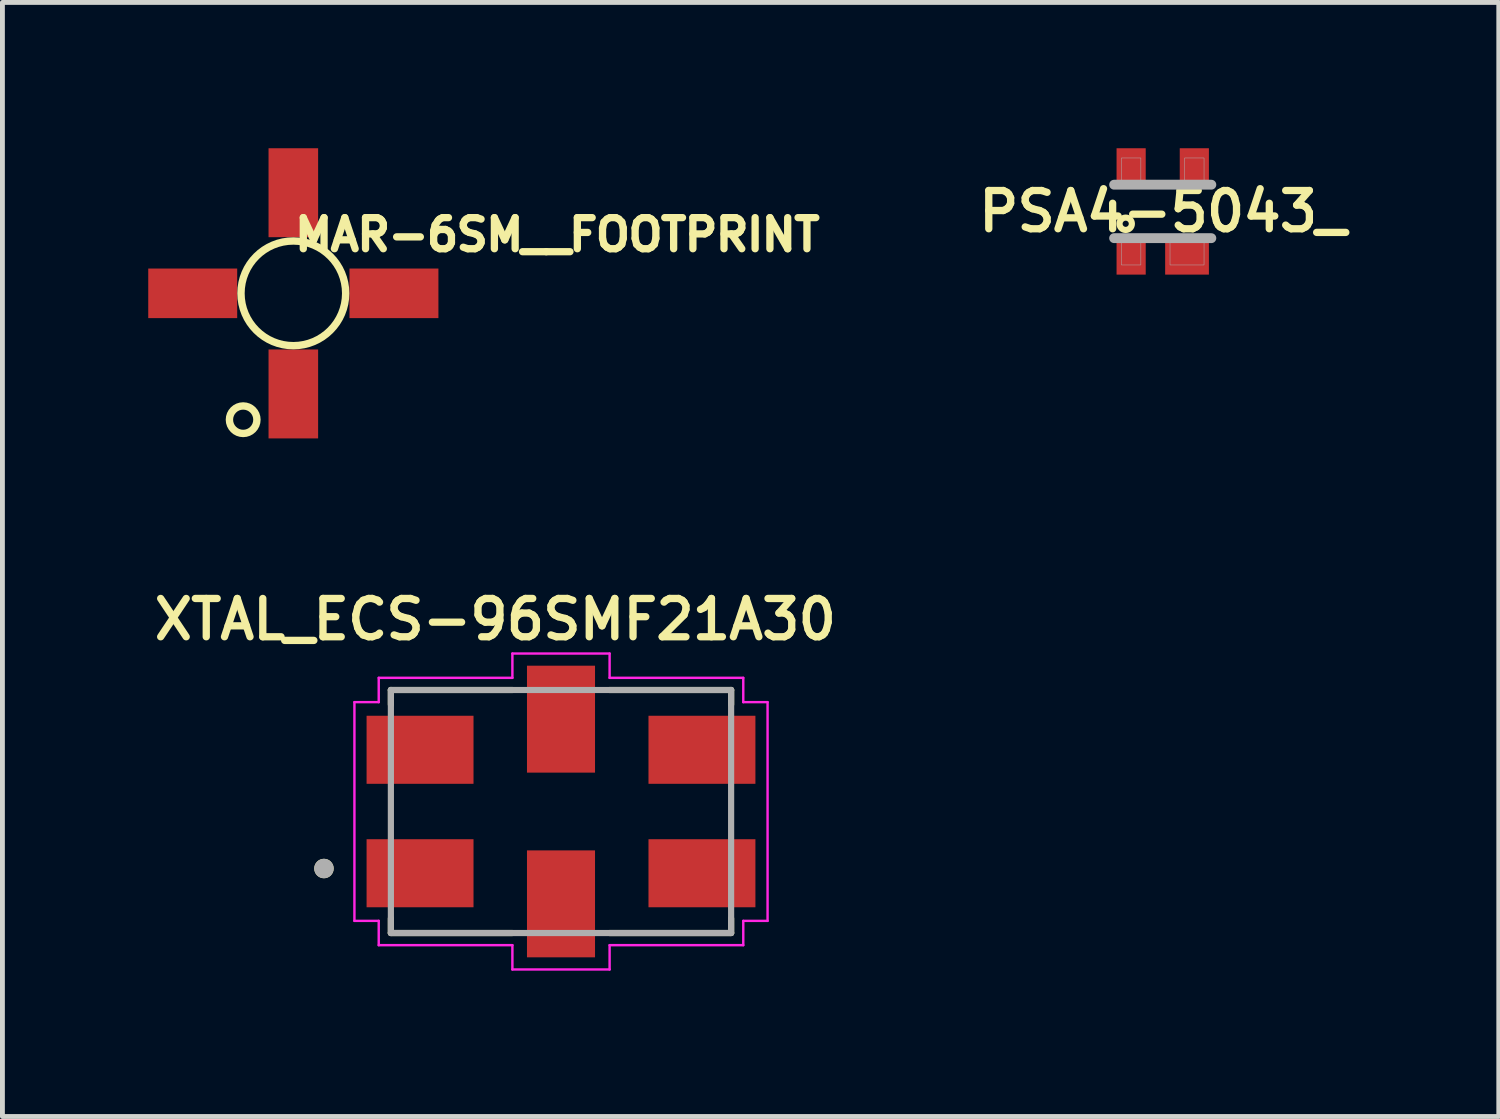
<source format=kicad_pcb>
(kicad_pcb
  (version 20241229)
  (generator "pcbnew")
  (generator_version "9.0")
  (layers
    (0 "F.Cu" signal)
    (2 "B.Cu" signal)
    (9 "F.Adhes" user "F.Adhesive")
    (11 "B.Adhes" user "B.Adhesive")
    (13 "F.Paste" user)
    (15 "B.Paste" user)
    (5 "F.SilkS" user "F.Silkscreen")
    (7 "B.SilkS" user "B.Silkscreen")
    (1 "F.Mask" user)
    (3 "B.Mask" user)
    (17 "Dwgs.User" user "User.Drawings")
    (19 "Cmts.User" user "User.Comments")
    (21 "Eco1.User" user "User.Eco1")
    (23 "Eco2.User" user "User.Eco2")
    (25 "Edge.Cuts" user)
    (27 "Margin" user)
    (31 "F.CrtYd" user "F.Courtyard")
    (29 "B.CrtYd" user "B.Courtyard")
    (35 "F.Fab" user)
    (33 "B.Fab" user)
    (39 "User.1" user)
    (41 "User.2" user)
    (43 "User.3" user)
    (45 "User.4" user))
  (footprint "PSA4-5043_"
    (layer "F.Cu")
    (at 20.872 1.3)
    (property "Reference" "PSA4-5043_" (at 0 0 0) (layer "F.SilkS") (effects (font (size 0.787 0.787) (thickness 0.15))))
    (attr smd)
    (fp_circle (center -0.762 0.254) (end -0.635 0.254) (stroke (width 0.127) (type solid)) (fill no) (layer "F.SilkS"))
    (fp_line (start -1 -0.55) (end 1 -0.55) (stroke (width 0.203) (type solid)) (layer "F.Fab"))
    (fp_line (start 1 0.55) (end -1 0.55) (stroke (width 0.203) (type solid)) (layer "F.Fab"))
    (fp_poly (pts (xy -0.851 -1.1) (xy -0.45 -1.1) (xy -0.45 -0.601) (xy -0.851 -0.601)) (stroke (width 0.01) (type solid)) (fill no) (layer "F.Fab"))
    (fp_poly (pts (xy -0.851 0.6) (xy -0.45 0.6) (xy -0.45 1.101) (xy -0.851 1.101)) (stroke (width 0.01) (type solid)) (fill no) (layer "F.Fab"))
    (fp_poly (pts (xy 0.15 0.6) (xy 0.85 0.6) (xy 0.85 1.101) (xy 0.15 1.101)) (stroke (width 0.01) (type solid)) (fill no) (layer "F.Fab"))
    (fp_poly (pts (xy 0.451 -1.1) (xy 0.85 -1.1) (xy 0.85 -0.601) (xy 0.451 -0.601)) (stroke (width 0.01) (type solid)) (fill no) (layer "F.Fab"))
    (pad "1" smd rect (at -0.65 0.9) (size 0.6 0.8) (layers "F.Cu" "F.Mask" "F.Paste"))
    (pad "2" smd rect (at 0.5 0.9) (size 0.9 0.8) (layers "F.Cu" "F.Mask" "F.Paste"))
    (pad "3" smd rect (at 0.65 -0.9) (size 0.6 0.8) (layers "F.Cu" "F.Mask" "F.Paste"))
    (pad "4" smd rect (at -0.65 -0.9) (size 0.6 0.8) (layers "F.Cu" "F.Mask" "F.Paste")))
  (footprint "XTAL_ECS-96SMF21A30"
    (layer "F.Cu")
    (at 8.492 13.646)
    (property "Reference" "XTAL_ECS-96SMF21A30" (at -1.351 -3.952 0) (layer "F.SilkS") (effects (font (size 0.788 0.788) (thickness 0.15))))
    (attr smd)
    (fp_line (start -3.5 -2.5) (end -1 -2.5) (stroke (width 0.127) (type solid)) (layer "F.SilkS"))
    (fp_line (start -3.5 -2.2) (end -3.5 -2.5) (stroke (width 0.127) (type solid)) (layer "F.SilkS"))
    (fp_line (start -3.5 2.2) (end -3.5 2.5) (stroke (width 0.127) (type solid)) (layer "F.SilkS"))
    (fp_line (start -3.5 2.5) (end -1 2.5) (stroke (width 0.127) (type solid)) (layer "F.SilkS"))
    (fp_line (start 1 -2.5) (end 3.5 -2.5) (stroke (width 0.127) (type solid)) (layer "F.SilkS"))
    (fp_line (start 1 2.5) (end 3.5 2.5) (stroke (width 0.127) (type solid)) (layer "F.SilkS"))
    (fp_line (start 3.5 -2.5) (end 3.5 -2.2) (stroke (width 0.127) (type solid)) (layer "F.SilkS"))
    (fp_line (start 3.5 2.5) (end 3.5 2.2) (stroke (width 0.127) (type solid)) (layer "F.SilkS"))
    (fp_circle (center -4.877 1.173) (end -4.777 1.173) (stroke (width 0.2) (type solid)) (fill no) (layer "F.SilkS"))
    (fp_line (start -4.25 -2.25) (end -3.75 -2.25) (stroke (width 0.05) (type solid)) (layer "F.CrtYd"))
    (fp_line (start -4.25 2.25) (end -4.25 -2.25) (stroke (width 0.05) (type solid)) (layer "F.CrtYd"))
    (fp_line (start -3.75 -2.75) (end -1 -2.75) (stroke (width 0.05) (type solid)) (layer "F.CrtYd"))
    (fp_line (start -3.75 -2.25) (end -3.75 -2.75) (stroke (width 0.05) (type solid)) (layer "F.CrtYd"))
    (fp_line (start -3.75 2.25) (end -4.25 2.25) (stroke (width 0.05) (type solid)) (layer "F.CrtYd"))
    (fp_line (start -3.75 2.75) (end -3.75 2.25) (stroke (width 0.05) (type solid)) (layer "F.CrtYd"))
    (fp_line (start -1 -3.25) (end 1 -3.25) (stroke (width 0.05) (type solid)) (layer "F.CrtYd"))
    (fp_line (start -1 -2.75) (end -1 -3.25) (stroke (width 0.05) (type solid)) (layer "F.CrtYd"))
    (fp_line (start -1 2.75) (end -3.75 2.75) (stroke (width 0.05) (type solid)) (layer "F.CrtYd"))
    (fp_line (start -1 3.25) (end -1 2.75) (stroke (width 0.05) (type solid)) (layer "F.CrtYd"))
    (fp_line (start 1 -3.25) (end 1 -2.75) (stroke (width 0.05) (type solid)) (layer "F.CrtYd"))
    (fp_line (start 1 -2.75) (end 3.75 -2.75) (stroke (width 0.05) (type solid)) (layer "F.CrtYd"))
    (fp_line (start 1 2.75) (end 1 3.25) (stroke (width 0.05) (type solid)) (layer "F.CrtYd"))
    (fp_line (start 1 3.25) (end -1 3.25) (stroke (width 0.05) (type solid)) (layer "F.CrtYd"))
    (fp_line (start 3.75 -2.75) (end 3.75 -2.25) (stroke (width 0.05) (type solid)) (layer "F.CrtYd"))
    (fp_line (start 3.75 -2.25) (end 4.25 -2.25) (stroke (width 0.05) (type solid)) (layer "F.CrtYd"))
    (fp_line (start 3.75 2.25) (end 3.75 2.75) (stroke (width 0.05) (type solid)) (layer "F.CrtYd"))
    (fp_line (start 3.75 2.75) (end 1 2.75) (stroke (width 0.05) (type solid)) (layer "F.CrtYd"))
    (fp_line (start 4.25 -2.25) (end 4.25 2.25) (stroke (width 0.05) (type solid)) (layer "F.CrtYd"))
    (fp_line (start 4.25 2.25) (end 3.75 2.25) (stroke (width 0.05) (type solid)) (layer "F.CrtYd"))
    (fp_line (start -3.5 -2.5) (end -3.5 2.5) (stroke (width 0.127) (type solid)) (layer "F.Fab"))
    (fp_line (start -3.5 2.5) (end 3.5 2.5) (stroke (width 0.127) (type solid)) (layer "F.Fab"))
    (fp_line (start 3.5 -2.5) (end -3.5 -2.5) (stroke (width 0.127) (type solid)) (layer "F.Fab"))
    (fp_line (start 3.5 2.5) (end 3.5 -2.5) (stroke (width 0.127) (type solid)) (layer "F.Fab"))
    (fp_circle (center -4.877 1.173) (end -4.777 1.173) (stroke (width 0.2) (type solid)) (fill no) (layer "F.Fab"))
    (pad "1" smd rect (at -2.9 1.27) (size 2.2 1.4) (layers "F.Cu" "F.Mask" "F.Paste"))
    (pad "2" smd rect (at 0 1.9 90) (size 2.2 1.4) (layers "F.Cu" "F.Mask" "F.Paste"))
    (pad "3" smd rect (at 2.9 1.27 180) (size 2.2 1.4) (layers "F.Cu" "F.Mask" "F.Paste"))
    (pad "4" smd rect (at 2.9 -1.27 180) (size 2.2 1.4) (layers "F.Cu" "F.Mask" "F.Paste"))
    (pad "5" smd rect (at 0 -1.9 90) (size 2.2 1.4) (layers "F.Cu" "F.Mask" "F.Paste"))
    (pad "6" smd rect (at -2.9 -1.27) (size 2.2 1.4) (layers "F.Cu" "F.Mask" "F.Paste")))
  (footprint "MAR-6SM__FOOTPRINT"
    (layer "F.Cu")
    (at 2.985 2.985)
    (property "Reference" "MAR-6SM__FOOTPRINT" (at 5.432 -1.206 0) (layer "F.SilkS") (effects (font (size 0.64 0.64) (thickness 0.15))))
    (attr smd)
    (fp_circle (center -1.032 2.6) (end -0.749 2.6) (stroke (width 0.152) (type solid)) (fill no) (layer "F.SilkS"))
    (fp_circle (center 0 0) (end 1.077 0) (stroke (width 0.152) (type solid)) (fill no) (layer "F.SilkS"))
    (pad "1" smd rect (at 0 2.07 90) (size 1.83 1.02) (layers "F.Cu" "F.Mask" "F.Paste"))
    (pad "2" smd rect (at 2.07 0 180) (size 1.83 1.02) (layers "F.Cu" "F.Mask" "F.Paste"))
    (pad "3" smd rect (at 0 -2.07 90) (size 1.83 1.02) (layers "F.Cu" "F.Mask" "F.Paste"))
    (pad "4" smd rect (at -2.07 0 180) (size 1.83 1.02) (layers "F.Cu" "F.Mask" "F.Paste")))
  (gr_rect
    (start -3 -3)
    (end 27.786 19.921)
    (stroke (width 0.1) (type default))
    (fill no)
    (layer "Edge.Cuts")))
</source>
